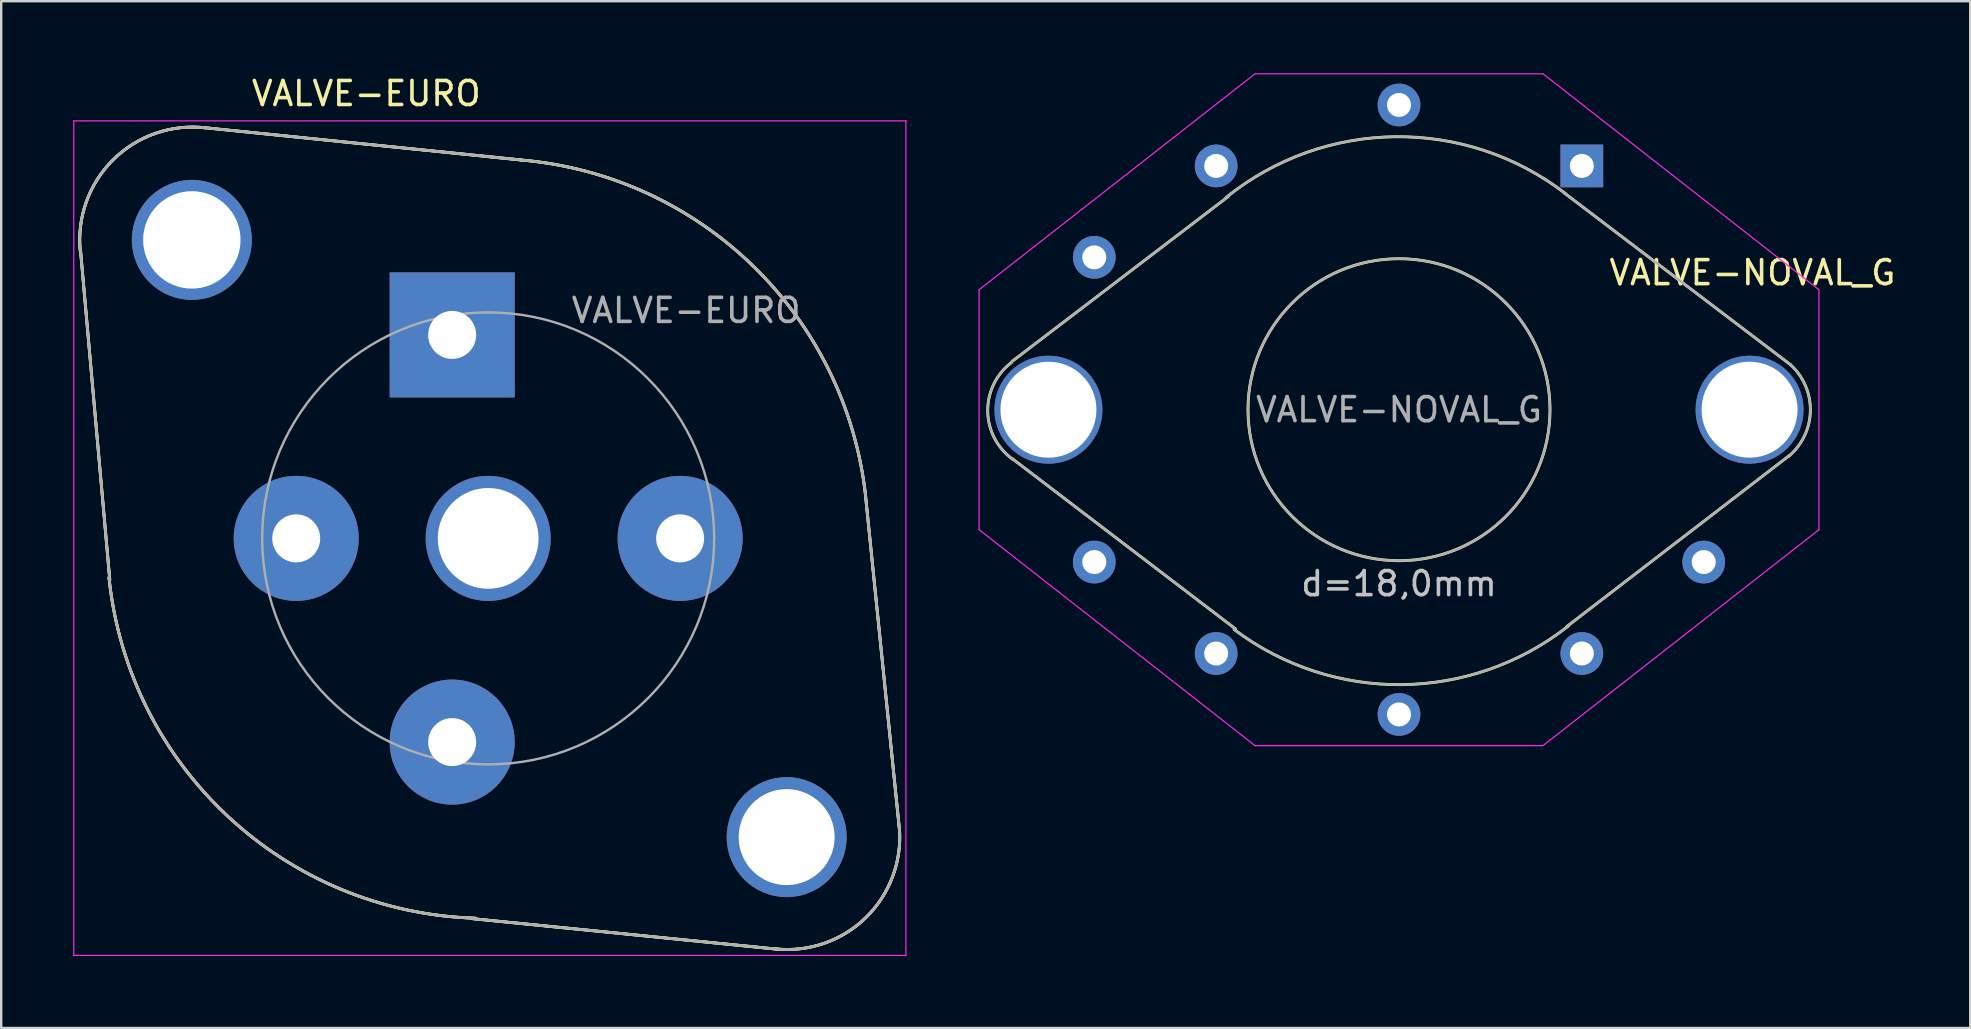
<source format=kicad_pcb>
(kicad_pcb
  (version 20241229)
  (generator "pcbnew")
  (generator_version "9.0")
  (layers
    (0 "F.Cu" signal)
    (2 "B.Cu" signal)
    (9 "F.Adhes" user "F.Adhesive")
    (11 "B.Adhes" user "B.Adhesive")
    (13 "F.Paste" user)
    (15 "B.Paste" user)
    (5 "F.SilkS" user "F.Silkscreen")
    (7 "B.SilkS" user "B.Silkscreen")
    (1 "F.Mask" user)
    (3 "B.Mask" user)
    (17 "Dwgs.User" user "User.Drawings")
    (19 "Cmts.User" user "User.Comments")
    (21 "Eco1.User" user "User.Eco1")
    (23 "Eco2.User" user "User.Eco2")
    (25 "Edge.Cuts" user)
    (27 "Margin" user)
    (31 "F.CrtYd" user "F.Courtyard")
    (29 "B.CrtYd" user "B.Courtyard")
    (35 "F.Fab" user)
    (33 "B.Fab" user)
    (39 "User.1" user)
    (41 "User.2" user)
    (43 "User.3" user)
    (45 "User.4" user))
  (footprint "VALVE-EURO"
    (layer "F.Cu")
    (at 15.795 10.908)
    (property "Reference" "VALVE-EURO" (at -3.58 -10.06 0) (layer "F.SilkS") (effects (font (size 1 1) (thickness 0.15))))
    (attr through_hole)
    (fp_line (start -14.27 10.21) (end -15.49 -3.53) (stroke (width 0.12) (type solid)) (layer "F.SilkS"))
    (fp_line (start -14.27 10.21) (end -15.49 -3.53) (stroke (width 0.12) (type solid)) (layer "F.SilkS"))
    (fp_line (start -10.36 -8.64) (end 2.87 -7.29) (stroke (width 0.12) (type solid)) (layer "F.SilkS"))
    (fp_line (start -10.36 -8.64) (end 2.87 -7.29) (stroke (width 0.12) (type solid)) (layer "F.SilkS"))
    (fp_line (start 13.54 25.6) (end 0.86 24.33) (stroke (width 0.12) (type solid)) (layer "F.SilkS"))
    (fp_line (start 13.54 25.6) (end 0.86 24.33) (stroke (width 0.12) (type solid)) (layer "F.SilkS"))
    (fp_line (start 18.64 20.62) (end 17.22 6.63) (stroke (width 0.12) (type solid)) (layer "F.SilkS"))
    (fp_line (start 18.64 20.62) (end 17.22 6.63) (stroke (width 0.12) (type solid)) (layer "F.SilkS"))
    (fp_arc (start -15.5 -3.5) (mid -14.119784 -7.310437) (end -10.288765 -8.63245) (stroke (width 0.12) (type solid)) (layer "F.SilkS"))
    (fp_arc (start -15.5 -3.5) (mid -14.119784 -7.310437) (end -10.288765 -8.63245) (stroke (width 0.12) (type solid)) (layer "F.SilkS"))
    (fp_arc (start 0.98 24.31) (mid -9.330689 20.081144) (end -14.303103 10.107747) (stroke (width 0.12) (type solid)) (layer "F.SilkS"))
    (fp_arc (start 0.98 24.31) (mid -9.330689 20.081144) (end -14.303103 10.107747) (stroke (width 0.12) (type solid)) (layer "F.SilkS"))
    (fp_arc (start 2.87 -7.29) (mid 12.560196 -2.853668) (end 17.23226 6.725098) (stroke (width 0.12) (type solid)) (layer "F.SilkS"))
    (fp_arc (start 2.87 -7.29) (mid 12.560196 -2.853668) (end 17.23226 6.725098) (stroke (width 0.12) (type solid)) (layer "F.SilkS"))
    (fp_arc (start 18.64 20.57) (mid 17.241749 24.281739) (end 13.497325 25.589944) (stroke (width 0.12) (type solid)) (layer "F.SilkS"))
    (fp_arc (start 18.64 20.57) (mid 17.241749 24.281739) (end 13.497325 25.589944) (stroke (width 0.12) (type solid)) (layer "F.SilkS"))
    (fp_line (start -15.77 -8.92) (end -15.77 25.86) (stroke (width 0.05) (type solid)) (layer "F.CrtYd"))
    (fp_line (start -15.77 -8.92) (end 18.91 -8.92) (stroke (width 0.05) (type solid)) (layer "F.CrtYd"))
    (fp_line (start 18.91 25.86) (end -15.77 25.86) (stroke (width 0.05) (type solid)) (layer "F.CrtYd"))
    (fp_line (start 18.91 25.86) (end 18.91 -8.92) (stroke (width 0.05) (type solid)) (layer "F.CrtYd"))
    (fp_line (start -14.27 10.21) (end -15.49 -3.53) (stroke (width 0.1) (type solid)) (layer "F.Fab"))
    (fp_line (start -14.27 10.21) (end -15.49 -3.53) (stroke (width 0.1) (type solid)) (layer "F.Fab"))
    (fp_line (start -10.36 -8.64) (end 2.87 -7.29) (stroke (width 0.1) (type solid)) (layer "F.Fab"))
    (fp_line (start -10.36 -8.64) (end 2.87 -7.29) (stroke (width 0.1) (type solid)) (layer "F.Fab"))
    (fp_line (start 13.54 25.6) (end 0.86 24.33) (stroke (width 0.1) (type solid)) (layer "F.Fab"))
    (fp_line (start 13.54 25.6) (end 0.86 24.33) (stroke (width 0.1) (type solid)) (layer "F.Fab"))
    (fp_line (start 18.64 20.62) (end 17.22 6.63) (stroke (width 0.1) (type solid)) (layer "F.Fab"))
    (fp_line (start 18.64 20.62) (end 17.22 6.63) (stroke (width 0.1) (type solid)) (layer "F.Fab"))
    (fp_arc (start -15.5 -3.5) (mid -14.119784 -7.310437) (end -10.288765 -8.63245) (stroke (width 0.1) (type solid)) (layer "F.Fab"))
    (fp_arc (start -15.5 -3.5) (mid -14.119784 -7.310437) (end -10.288765 -8.63245) (stroke (width 0.1) (type solid)) (layer "F.Fab"))
    (fp_arc (start 0.98 24.31) (mid -9.330689 20.081144) (end -14.303103 10.107747) (stroke (width 0.1) (type solid)) (layer "F.Fab"))
    (fp_arc (start 0.98 24.31) (mid -9.330689 20.081144) (end -14.303103 10.107747) (stroke (width 0.1) (type solid)) (layer "F.Fab"))
    (fp_arc (start 2.87 -7.29) (mid 12.560196 -2.853668) (end 17.23226 6.725098) (stroke (width 0.1) (type solid)) (layer "F.Fab"))
    (fp_arc (start 2.87 -7.29) (mid 12.560196 -2.853668) (end 17.23226 6.725098) (stroke (width 0.1) (type solid)) (layer "F.Fab"))
    (fp_arc (start 18.64 20.57) (mid 17.241749 24.281739) (end 13.497325 25.589944) (stroke (width 0.1) (type solid)) (layer "F.Fab"))
    (fp_arc (start 18.64 20.57) (mid 17.241749 24.281739) (end 13.497325 25.589944) (stroke (width 0.1) (type solid)) (layer "F.Fab"))
    (fp_circle (center 1.5 8.48) (end -5.16 15.14) (stroke (width 0.1) (type solid)) (fill no) (layer "F.Fab"))
    (fp_text user "${REFERENCE}" (at 9.75 -1.02 0) (layer "F.Fab") (effects (font (size 1 1) (thickness 0.15))))
    (pad "" thru_hole circle (at -10.85 -3.96) (size 5 5) (drill 4.06) (layers "*.Cu" "*.Mask"))
    (pad "" thru_hole circle (at 13.94 20.93) (size 5 5) (drill 4) (layers "*.Cu" "*.Mask"))
    (pad "1" thru_hole rect (at 0 0) (size 5.21 5.21) (drill 2) (layers "*.Cu" "*.Mask"))
    (pad "2" thru_hole circle (at 9.5 8.48) (size 5.21 5.21) (drill 2) (layers "*.Cu" "*.Mask"))
    (pad "3" thru_hole circle (at 0 16.97) (size 5.21 5.21) (drill 2) (layers "*.Cu" "*.Mask"))
    (pad "4" thru_hole circle (at -6.5 8.48) (size 5.21 5.21) (drill 2) (layers "*.Cu" "*.Mask"))
    (pad "5" thru_hole circle (at 1.5 8.48) (size 5.21 5.21) (drill 4.2) (layers "*.Cu" "*.Mask")))
  (footprint "VALVE-NOVAL_G"
    (layer "F.Cu")
    (at 62.875 3.865)
    (property "Reference" "VALVE-NOVAL_G" (at 7.11 4.45 0) (layer "F.SilkS") (effects (font (size 1 1) (thickness 0.15))))
    (attr through_hole)
    (fp_line (start -23.75 8.15) (end -14.73 1.27) (stroke (width 0.12) (type solid)) (layer "F.SilkS"))
    (fp_line (start -23.75 12.19) (end -14.43 19.3) (stroke (width 0.12) (type solid)) (layer "F.SilkS"))
    (fp_line (start 8.66 12.06) (end -0.63 19.2) (stroke (width 0.12) (type solid)) (layer "F.SilkS"))
    (fp_line (start 8.69 8.28) (end -0.74 1.12) (stroke (width 0.12) (type solid)) (layer "F.SilkS"))
    (fp_arc (start -23.7 12.24) (mid -24.76061 10.23284) (end -23.769096 8.190664) (stroke (width 0.12) (type solid)) (layer "F.SilkS"))
    (fp_arc (start -14.83 1.32) (mid -7.774859 -1.216675) (end -0.665972 1.16523) (stroke (width 0.12) (type solid)) (layer "F.SilkS"))
    (fp_arc (start -0.57 19.18) (mid -7.50736 21.618362) (end -14.491513 19.317453) (stroke (width 0.12) (type solid)) (layer "F.SilkS"))
    (fp_arc (start 8.69 8.28) (mid 9.524064 10.214038) (end 8.60831 12.110762) (stroke (width 0.12) (type solid)) (layer "F.SilkS"))
    (fp_circle (center -7.62 10.16) (end -12.07 14.61) (stroke (width 0.12) (type solid)) (fill no) (layer "F.SilkS"))
    (fp_line (start -25.12 5.16) (end -13.62 -3.84) (stroke (width 0.05) (type solid)) (layer "F.CrtYd"))
    (fp_line (start -25.12 15.16) (end -25.12 5.16) (stroke (width 0.05) (type solid)) (layer "F.CrtYd"))
    (fp_line (start -13.62 -3.84) (end -1.62 -3.84) (stroke (width 0.05) (type solid)) (layer "F.CrtYd"))
    (fp_line (start -13.62 24.16) (end -25.12 15.16) (stroke (width 0.05) (type solid)) (layer "F.CrtYd"))
    (fp_line (start -7.62 24.16) (end -13.62 24.16) (stroke (width 0.05) (type solid)) (layer "F.CrtYd"))
    (fp_line (start -1.62 -3.84) (end 9.88 5.16) (stroke (width 0.05) (type solid)) (layer "F.CrtYd"))
    (fp_line (start -1.62 24.16) (end -7.62 24.16) (stroke (width 0.05) (type solid)) (layer "F.CrtYd"))
    (fp_line (start 9.88 5.16) (end 9.88 15.16) (stroke (width 0.05) (type solid)) (layer "F.CrtYd"))
    (fp_line (start 9.88 15.16) (end -1.62 24.16) (stroke (width 0.05) (type solid)) (layer "F.CrtYd"))
    (fp_line (start -23.75 8.15) (end -14.73 1.27) (stroke (width 0.1) (type solid)) (layer "F.Fab"))
    (fp_line (start -23.75 12.19) (end -14.43 19.3) (stroke (width 0.1) (type solid)) (layer "F.Fab"))
    (fp_line (start 8.66 12.06) (end -0.63 19.2) (stroke (width 0.1) (type solid)) (layer "F.Fab"))
    (fp_line (start 8.69 8.28) (end -0.74 1.12) (stroke (width 0.1) (type solid)) (layer "F.Fab"))
    (fp_arc (start -23.7 12.24) (mid -24.76061 10.23284) (end -23.769096 8.190664) (stroke (width 0.1) (type solid)) (layer "F.Fab"))
    (fp_arc (start -14.83 1.32) (mid -7.774859 -1.216675) (end -0.665972 1.16523) (stroke (width 0.1) (type solid)) (layer "F.Fab"))
    (fp_arc (start -0.57 19.18) (mid -7.50736 21.618362) (end -14.491513 19.317453) (stroke (width 0.1) (type solid)) (layer "F.Fab"))
    (fp_arc (start 8.69 8.28) (mid 9.524064 10.214038) (end 8.60831 12.110762) (stroke (width 0.1) (type solid)) (layer "F.Fab"))
    (fp_circle (center -7.62 10.16) (end -12.07 14.61) (stroke (width 0.1) (type solid)) (fill no) (layer "F.Fab"))
    (fp_text user "d=18,0mm" (at -7.62 17.41 0) (layer "Dwgs.User") (effects (font (size 1 1) (thickness 0.15))))
    (fp_text user "${REFERENCE}" (at -7.62 10.16 0) (layer "F.Fab") (effects (font (size 1 1) (thickness 0.15))))
    (pad "" thru_hole circle (at 6.99 10.16) (size 4.5 4.5) (drill 4) (layers "*.Cu" "*.Mask"))
    (pad "1" thru_hole rect (at 0 0) (size 1.78 1.78) (drill 1) (layers "*.Cu" "*.Mask"))
    (pad "2" thru_hole circle (at -22.23 10.16) (size 4.5 4.5) (drill 4) (layers "*.Cu" "*.Mask"))
    (pad "2" thru_hole circle (at -7.62 -2.54) (size 1.78 1.78) (drill 1) (layers "*.Cu" "*.Mask"))
    (pad "3" thru_hole circle (at -15.24 0) (size 1.78 1.78) (drill 1) (layers "*.Cu" "*.Mask"))
    (pad "4" thru_hole circle (at -20.32 3.81) (size 1.78 1.78) (drill 1) (layers "*.Cu" "*.Mask"))
    (pad "5" thru_hole circle (at -20.32 16.51) (size 1.78 1.78) (drill 1) (layers "*.Cu" "*.Mask"))
    (pad "6" thru_hole circle (at -15.24 20.32) (size 1.78 1.78) (drill 1) (layers "*.Cu" "*.Mask"))
    (pad "7" thru_hole circle (at -7.62 22.86) (size 1.78 1.78) (drill 1) (layers "*.Cu" "*.Mask"))
    (pad "8" thru_hole circle (at 0 20.32) (size 1.78 1.78) (drill 1) (layers "*.Cu" "*.Mask"))
    (pad "9" thru_hole circle (at 5.08 16.51) (size 1.78 1.78) (drill 1) (layers "*.Cu" "*.Mask")))
  (gr_rect
    (start -3 -3)
    (end 79.062 39.793)
    (stroke (width 0.1) (type default))
    (fill no)
    (layer "Edge.Cuts")))
</source>
